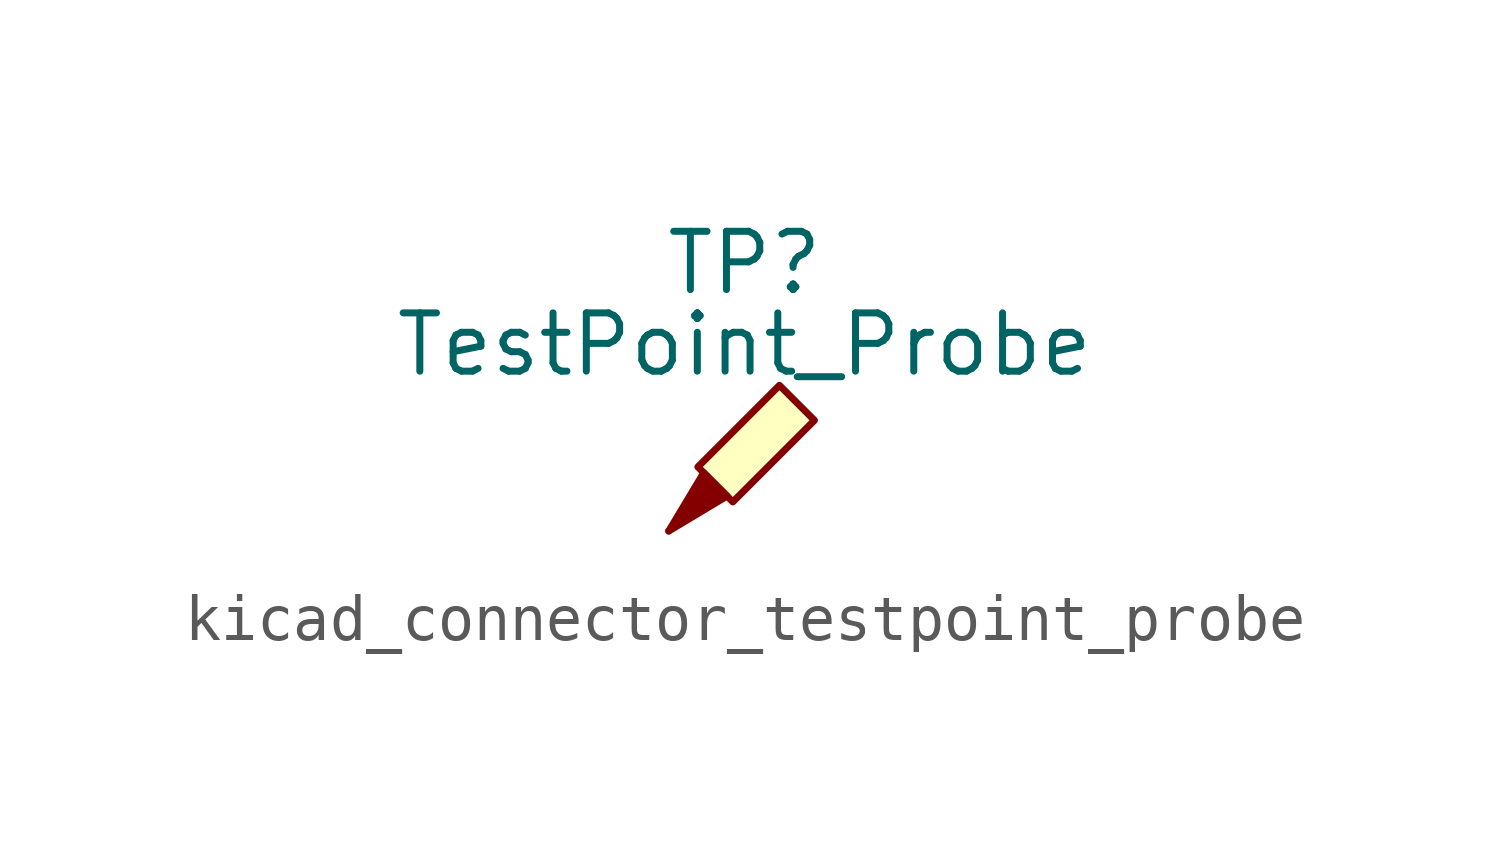
<source format=kicad_sym>
(kicad_symbol_lib
  (version 20220914)
  (generator kicad_symbol_editor)
  (symbol "kicad_connector_testpoint_probe"
    (pin_numbers hide)
    (pin_names
      (offset 0.762) hide)
    (property "Reference" "TP"
      (at 1.651 5.842 0)
      (effects (font (size 1.27 1.27))))
    (property "Value" "TestPoint_Probe"
      (at 1.651 4.064 0)
      (effects (font (size 1.27 1.27))))
    (symbol "kicad_connector_testpoint_probe_0_1"
      (polyline (pts (xy 1.27 0.762) (xy 0 0) (xy 0.762 1.27) (xy 1.27 0.762)) (stroke (width 0) (type default)) (fill (type outline)))
      (polyline (pts (xy 1.397 0.635) (xy 0.635 1.397) (xy 2.413 3.175) (xy 3.175 2.413) (xy 1.397 0.635)) (stroke (width 0) (type default)) (fill (type background))))
    (symbol "kicad_connector_testpoint_probe_1_1"
      (pin passive line (at 0 0 90) (length 0) (name "1" (effects (font (size 1.27 1.27)))) (number "1" (effects (font (size 1.27 1.27))))))))
</source>
